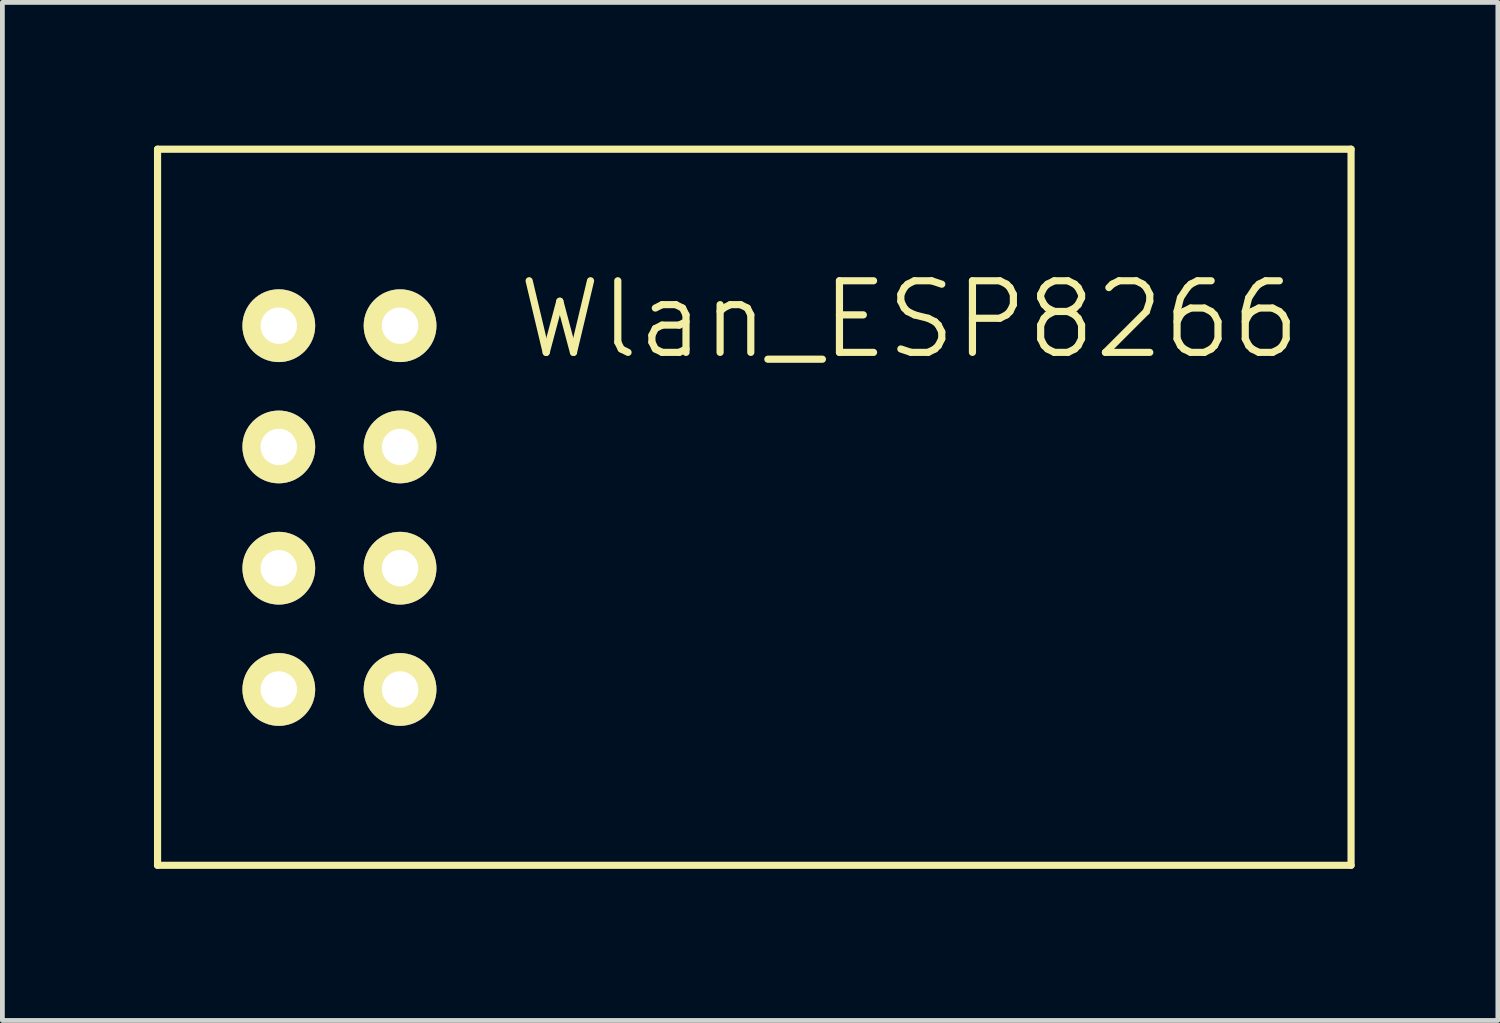
<source format=kicad_pcb>
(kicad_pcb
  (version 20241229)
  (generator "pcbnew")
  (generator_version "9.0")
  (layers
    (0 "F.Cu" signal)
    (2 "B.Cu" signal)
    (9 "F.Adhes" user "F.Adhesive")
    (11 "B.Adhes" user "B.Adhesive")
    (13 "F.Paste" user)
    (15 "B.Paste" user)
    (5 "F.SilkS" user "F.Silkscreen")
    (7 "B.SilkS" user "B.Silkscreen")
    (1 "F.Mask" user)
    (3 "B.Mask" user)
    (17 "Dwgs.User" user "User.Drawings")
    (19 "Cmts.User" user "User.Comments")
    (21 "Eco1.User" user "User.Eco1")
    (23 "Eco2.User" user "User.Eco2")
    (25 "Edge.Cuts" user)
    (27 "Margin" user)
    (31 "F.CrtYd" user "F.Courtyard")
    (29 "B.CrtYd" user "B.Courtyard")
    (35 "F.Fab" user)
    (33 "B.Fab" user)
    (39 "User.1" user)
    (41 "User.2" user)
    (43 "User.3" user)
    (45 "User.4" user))
  (footprint "Wlan_ESP8266"
    (layer "F.Cu")
    (at 0.25 15.075)
    (property "Reference" "Wlan_ESP8266" (at 15.748 -11.43 0) (layer "F.SilkS") (effects (font (size 1.5 1.5) (thickness 0.15))))
    (attr through_hole)
    (fp_line (start 0 -15) (end 25 -15) (stroke (width 0.15) (type solid)) (layer "F.SilkS"))
    (fp_line (start 0 0) (end 0 -15) (stroke (width 0.15) (type solid)) (layer "F.SilkS"))
    (fp_line (start 25 -15) (end 25 0) (stroke (width 0.15) (type solid)) (layer "F.SilkS"))
    (fp_line (start 25 0) (end 0 0) (stroke (width 0.15) (type solid)) (layer "F.SilkS"))
    (pad "CH_P" thru_hole circle (at 2.54 -8.763) (size 1.524 1.524) (drill 0.762) (layers "*.Cu" "*.Mask" "F.SilkS"))
    (pad "GND" thru_hole circle (at 5.08 -11.303) (size 1.524 1.524) (drill 0.762) (layers "*.Cu" "*.Mask" "F.SilkS"))
    (pad "GP_0" thru_hole circle (at 5.08 -6.223) (size 1.524 1.524) (drill 0.762) (layers "*.Cu" "*.Mask" "F.SilkS"))
    (pad "GP_2" thru_hole circle (at 5.08 -8.763) (size 1.524 1.524) (drill 0.762) (layers "*.Cu" "*.Mask" "F.SilkS"))
    (pad "RX" thru_hole circle (at 5.08 -3.683) (size 1.524 1.524) (drill 0.762) (layers "*.Cu" "*.Mask" "F.SilkS"))
    (pad "Rese" thru_hole circle (at 2.54 -6.223) (size 1.524 1.524) (drill 0.762) (layers "*.Cu" "*.Mask" "F.SilkS"))
    (pad "TX" thru_hole circle (at 2.54 -11.303) (size 1.524 1.524) (drill 0.762) (layers "*.Cu" "*.Mask" "F.SilkS"))
    (pad "VCC" thru_hole circle (at 2.54 -3.683) (size 1.524 1.524) (drill 0.762) (layers "*.Cu" "*.Mask" "F.SilkS")))
  (gr_rect
    (start -3 -3)
    (end 28.325 18.325)
    (stroke (width 0.1) (type default))
    (fill no)
    (layer "Edge.Cuts")))
</source>
